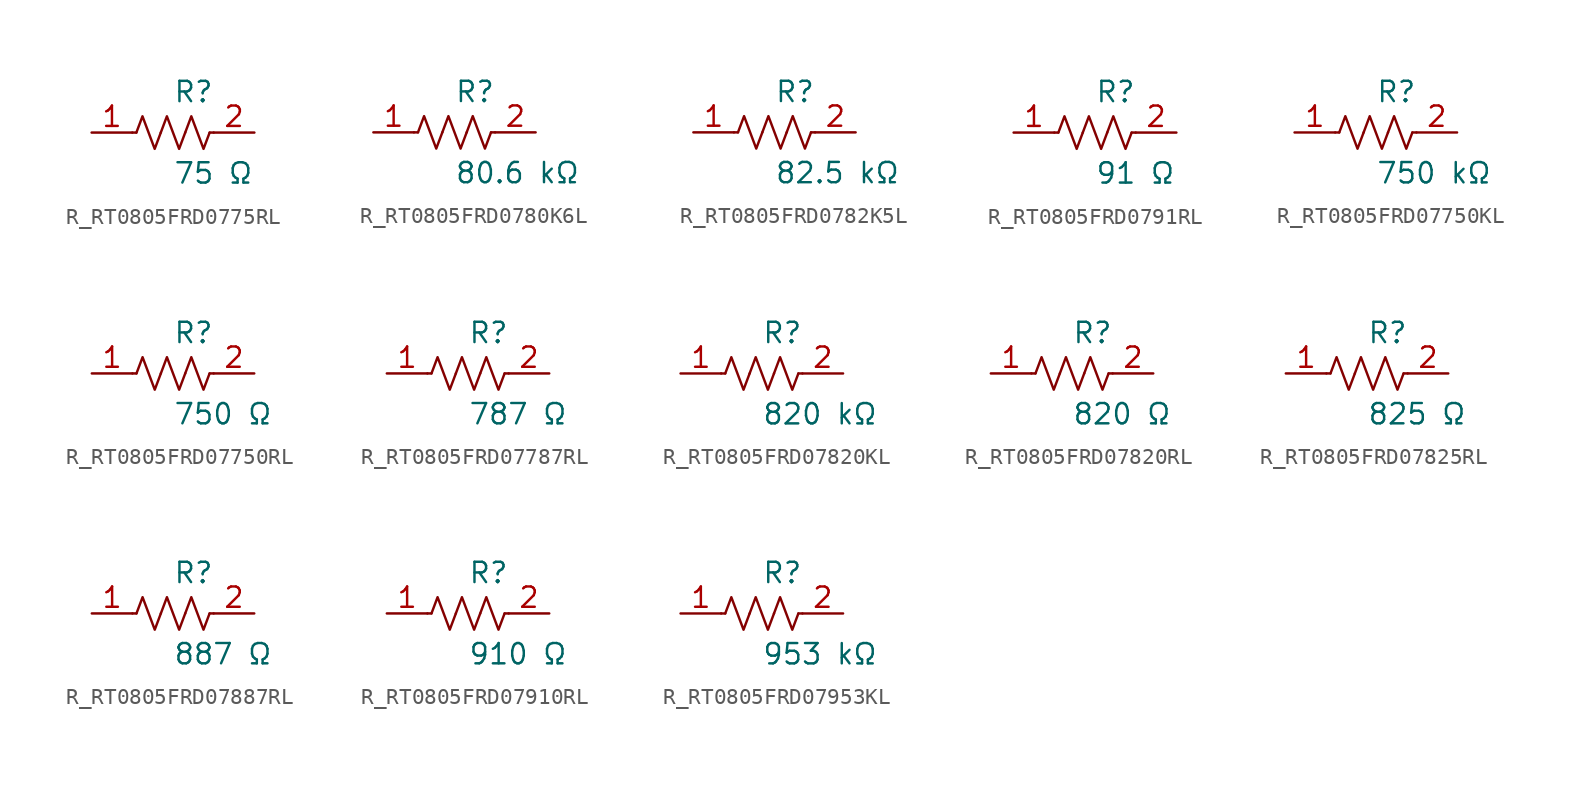
<source format=kicad_sym>
(kicad_symbol_lib
  (version 20231120)
  (generator kicad_symbol_editor)
  (generator_version 8.0)
  (symbol "R_RT0805FRD0775RL"
    (pin_names
      (offset 0.254))
    (property "Reference" "R"
      (at 0 2.54 0)
      (effects (font (size 1.27 1.27)) (justify left)))
    (property "Value" "75 Ω"
      (at 0 -2.54 0)
      (effects (font (size 1.27 1.27)) (justify left)))
    (symbol "R_RT0805FRD0775RL_0_1"
      (polyline (pts (xy 2.286 0) (xy 2.54 0)) (stroke (width 0) (type default)) (fill (type none)))
      (polyline (pts (xy -2.286 0) (xy -2.54 0)) (stroke (width 0) (type default)) (fill (type none)))
      (polyline (pts (xy 0.762 0) (xy 1.143 1.016) (xy 1.524 0) (xy 1.905 -1.016) (xy 2.286 0)) (stroke (width 0) (type default)) (fill (type none)))
      (polyline (pts (xy -0.762 0) (xy -0.381 1.016) (xy 0 0) (xy 0.381 -1.016) (xy 0.762 0)) (stroke (width 0) (type default)) (fill (type none)))
      (polyline (pts (xy -2.286 0) (xy -1.905 1.016) (xy -1.524 0) (xy -1.143 -1.016) (xy -0.762 0)) (stroke (width 0) (type default)) (fill (type none))))
    (pin unspecified line
      (at -5.08 0 0)
      (length 2.54)
      (name "" (effects (font (size 1.27 1.27))))
      (number "1" (effects (font (size 1.27 1.27)))))
    (pin unspecified line
      (at 5.08 0 180)
      (length 2.54)
      (name "" (effects (font (size 1.27 1.27))))
      (number "2" (effects (font (size 1.27 1.27))))))
  (symbol "R_RT0805FRD0780K6L"
    (pin_names
      (offset 0.254))
    (property "Reference" "R"
      (at 0 2.54 0)
      (effects (font (size 1.27 1.27)) (justify left)))
    (property "Value" "80.6 kΩ"
      (at 0 -2.54 0)
      (effects (font (size 1.27 1.27)) (justify left)))
    (symbol "R_RT0805FRD0780K6L_0_1"
      (polyline (pts (xy 2.286 0) (xy 2.54 0)) (stroke (width 0) (type default)) (fill (type none)))
      (polyline (pts (xy -2.286 0) (xy -2.54 0)) (stroke (width 0) (type default)) (fill (type none)))
      (polyline (pts (xy 0.762 0) (xy 1.143 1.016) (xy 1.524 0) (xy 1.905 -1.016) (xy 2.286 0)) (stroke (width 0) (type default)) (fill (type none)))
      (polyline (pts (xy -0.762 0) (xy -0.381 1.016) (xy 0 0) (xy 0.381 -1.016) (xy 0.762 0)) (stroke (width 0) (type default)) (fill (type none)))
      (polyline (pts (xy -2.286 0) (xy -1.905 1.016) (xy -1.524 0) (xy -1.143 -1.016) (xy -0.762 0)) (stroke (width 0) (type default)) (fill (type none))))
    (pin unspecified line
      (at -5.08 0 0)
      (length 2.54)
      (name "" (effects (font (size 1.27 1.27))))
      (number "1" (effects (font (size 1.27 1.27)))))
    (pin unspecified line
      (at 5.08 0 180)
      (length 2.54)
      (name "" (effects (font (size 1.27 1.27))))
      (number "2" (effects (font (size 1.27 1.27))))))
  (symbol "R_RT0805FRD0782K5L"
    (pin_names
      (offset 0.254))
    (property "Reference" "R"
      (at 0 2.54 0)
      (effects (font (size 1.27 1.27)) (justify left)))
    (property "Value" "82.5 kΩ"
      (at 0 -2.54 0)
      (effects (font (size 1.27 1.27)) (justify left)))
    (symbol "R_RT0805FRD0782K5L_0_1"
      (polyline (pts (xy 2.286 0) (xy 2.54 0)) (stroke (width 0) (type default)) (fill (type none)))
      (polyline (pts (xy -2.286 0) (xy -2.54 0)) (stroke (width 0) (type default)) (fill (type none)))
      (polyline (pts (xy 0.762 0) (xy 1.143 1.016) (xy 1.524 0) (xy 1.905 -1.016) (xy 2.286 0)) (stroke (width 0) (type default)) (fill (type none)))
      (polyline (pts (xy -0.762 0) (xy -0.381 1.016) (xy 0 0) (xy 0.381 -1.016) (xy 0.762 0)) (stroke (width 0) (type default)) (fill (type none)))
      (polyline (pts (xy -2.286 0) (xy -1.905 1.016) (xy -1.524 0) (xy -1.143 -1.016) (xy -0.762 0)) (stroke (width 0) (type default)) (fill (type none))))
    (pin unspecified line
      (at -5.08 0 0)
      (length 2.54)
      (name "" (effects (font (size 1.27 1.27))))
      (number "1" (effects (font (size 1.27 1.27)))))
    (pin unspecified line
      (at 5.08 0 180)
      (length 2.54)
      (name "" (effects (font (size 1.27 1.27))))
      (number "2" (effects (font (size 1.27 1.27))))))
  (symbol "R_RT0805FRD0791RL"
    (pin_names
      (offset 0.254))
    (property "Reference" "R"
      (at 0 2.54 0)
      (effects (font (size 1.27 1.27)) (justify left)))
    (property "Value" "91 Ω"
      (at 0 -2.54 0)
      (effects (font (size 1.27 1.27)) (justify left)))
    (symbol "R_RT0805FRD0791RL_0_1"
      (polyline (pts (xy 2.286 0) (xy 2.54 0)) (stroke (width 0) (type default)) (fill (type none)))
      (polyline (pts (xy -2.286 0) (xy -2.54 0)) (stroke (width 0) (type default)) (fill (type none)))
      (polyline (pts (xy 0.762 0) (xy 1.143 1.016) (xy 1.524 0) (xy 1.905 -1.016) (xy 2.286 0)) (stroke (width 0) (type default)) (fill (type none)))
      (polyline (pts (xy -0.762 0) (xy -0.381 1.016) (xy 0 0) (xy 0.381 -1.016) (xy 0.762 0)) (stroke (width 0) (type default)) (fill (type none)))
      (polyline (pts (xy -2.286 0) (xy -1.905 1.016) (xy -1.524 0) (xy -1.143 -1.016) (xy -0.762 0)) (stroke (width 0) (type default)) (fill (type none))))
    (pin unspecified line
      (at -5.08 0 0)
      (length 2.54)
      (name "" (effects (font (size 1.27 1.27))))
      (number "1" (effects (font (size 1.27 1.27)))))
    (pin unspecified line
      (at 5.08 0 180)
      (length 2.54)
      (name "" (effects (font (size 1.27 1.27))))
      (number "2" (effects (font (size 1.27 1.27))))))
  (symbol "R_RT0805FRD07750KL"
    (pin_names
      (offset 0.254))
    (property "Reference" "R"
      (at 0 2.54 0)
      (effects (font (size 1.27 1.27)) (justify left)))
    (property "Value" "750 kΩ"
      (at 0 -2.54 0)
      (effects (font (size 1.27 1.27)) (justify left)))
    (symbol "R_RT0805FRD07750KL_0_1"
      (polyline (pts (xy 2.286 0) (xy 2.54 0)) (stroke (width 0) (type default)) (fill (type none)))
      (polyline (pts (xy -2.286 0) (xy -2.54 0)) (stroke (width 0) (type default)) (fill (type none)))
      (polyline (pts (xy 0.762 0) (xy 1.143 1.016) (xy 1.524 0) (xy 1.905 -1.016) (xy 2.286 0)) (stroke (width 0) (type default)) (fill (type none)))
      (polyline (pts (xy -0.762 0) (xy -0.381 1.016) (xy 0 0) (xy 0.381 -1.016) (xy 0.762 0)) (stroke (width 0) (type default)) (fill (type none)))
      (polyline (pts (xy -2.286 0) (xy -1.905 1.016) (xy -1.524 0) (xy -1.143 -1.016) (xy -0.762 0)) (stroke (width 0) (type default)) (fill (type none))))
    (pin unspecified line
      (at -5.08 0 0)
      (length 2.54)
      (name "" (effects (font (size 1.27 1.27))))
      (number "1" (effects (font (size 1.27 1.27)))))
    (pin unspecified line
      (at 5.08 0 180)
      (length 2.54)
      (name "" (effects (font (size 1.27 1.27))))
      (number "2" (effects (font (size 1.27 1.27))))))
  (symbol "R_RT0805FRD07750RL"
    (pin_names
      (offset 0.254))
    (property "Reference" "R"
      (at 0 2.54 0)
      (effects (font (size 1.27 1.27)) (justify left)))
    (property "Value" "750 Ω"
      (at 0 -2.54 0)
      (effects (font (size 1.27 1.27)) (justify left)))
    (symbol "R_RT0805FRD07750RL_0_1"
      (polyline (pts (xy 2.286 0) (xy 2.54 0)) (stroke (width 0) (type default)) (fill (type none)))
      (polyline (pts (xy -2.286 0) (xy -2.54 0)) (stroke (width 0) (type default)) (fill (type none)))
      (polyline (pts (xy 0.762 0) (xy 1.143 1.016) (xy 1.524 0) (xy 1.905 -1.016) (xy 2.286 0)) (stroke (width 0) (type default)) (fill (type none)))
      (polyline (pts (xy -0.762 0) (xy -0.381 1.016) (xy 0 0) (xy 0.381 -1.016) (xy 0.762 0)) (stroke (width 0) (type default)) (fill (type none)))
      (polyline (pts (xy -2.286 0) (xy -1.905 1.016) (xy -1.524 0) (xy -1.143 -1.016) (xy -0.762 0)) (stroke (width 0) (type default)) (fill (type none))))
    (pin unspecified line
      (at -5.08 0 0)
      (length 2.54)
      (name "" (effects (font (size 1.27 1.27))))
      (number "1" (effects (font (size 1.27 1.27)))))
    (pin unspecified line
      (at 5.08 0 180)
      (length 2.54)
      (name "" (effects (font (size 1.27 1.27))))
      (number "2" (effects (font (size 1.27 1.27))))))
  (symbol "R_RT0805FRD07787RL"
    (pin_names
      (offset 0.254))
    (property "Reference" "R"
      (at 0 2.54 0)
      (effects (font (size 1.27 1.27)) (justify left)))
    (property "Value" "787 Ω"
      (at 0 -2.54 0)
      (effects (font (size 1.27 1.27)) (justify left)))
    (symbol "R_RT0805FRD07787RL_0_1"
      (polyline (pts (xy 2.286 0) (xy 2.54 0)) (stroke (width 0) (type default)) (fill (type none)))
      (polyline (pts (xy -2.286 0) (xy -2.54 0)) (stroke (width 0) (type default)) (fill (type none)))
      (polyline (pts (xy 0.762 0) (xy 1.143 1.016) (xy 1.524 0) (xy 1.905 -1.016) (xy 2.286 0)) (stroke (width 0) (type default)) (fill (type none)))
      (polyline (pts (xy -0.762 0) (xy -0.381 1.016) (xy 0 0) (xy 0.381 -1.016) (xy 0.762 0)) (stroke (width 0) (type default)) (fill (type none)))
      (polyline (pts (xy -2.286 0) (xy -1.905 1.016) (xy -1.524 0) (xy -1.143 -1.016) (xy -0.762 0)) (stroke (width 0) (type default)) (fill (type none))))
    (pin unspecified line
      (at -5.08 0 0)
      (length 2.54)
      (name "" (effects (font (size 1.27 1.27))))
      (number "1" (effects (font (size 1.27 1.27)))))
    (pin unspecified line
      (at 5.08 0 180)
      (length 2.54)
      (name "" (effects (font (size 1.27 1.27))))
      (number "2" (effects (font (size 1.27 1.27))))))
  (symbol "R_RT0805FRD07820KL"
    (pin_names
      (offset 0.254))
    (property "Reference" "R"
      (at 0 2.54 0)
      (effects (font (size 1.27 1.27)) (justify left)))
    (property "Value" "820 kΩ"
      (at 0 -2.54 0)
      (effects (font (size 1.27 1.27)) (justify left)))
    (symbol "R_RT0805FRD07820KL_0_1"
      (polyline (pts (xy 2.286 0) (xy 2.54 0)) (stroke (width 0) (type default)) (fill (type none)))
      (polyline (pts (xy -2.286 0) (xy -2.54 0)) (stroke (width 0) (type default)) (fill (type none)))
      (polyline (pts (xy 0.762 0) (xy 1.143 1.016) (xy 1.524 0) (xy 1.905 -1.016) (xy 2.286 0)) (stroke (width 0) (type default)) (fill (type none)))
      (polyline (pts (xy -0.762 0) (xy -0.381 1.016) (xy 0 0) (xy 0.381 -1.016) (xy 0.762 0)) (stroke (width 0) (type default)) (fill (type none)))
      (polyline (pts (xy -2.286 0) (xy -1.905 1.016) (xy -1.524 0) (xy -1.143 -1.016) (xy -0.762 0)) (stroke (width 0) (type default)) (fill (type none))))
    (pin unspecified line
      (at -5.08 0 0)
      (length 2.54)
      (name "" (effects (font (size 1.27 1.27))))
      (number "1" (effects (font (size 1.27 1.27)))))
    (pin unspecified line
      (at 5.08 0 180)
      (length 2.54)
      (name "" (effects (font (size 1.27 1.27))))
      (number "2" (effects (font (size 1.27 1.27))))))
  (symbol "R_RT0805FRD07820RL"
    (pin_names
      (offset 0.254))
    (property "Reference" "R"
      (at 0 2.54 0)
      (effects (font (size 1.27 1.27)) (justify left)))
    (property "Value" "820 Ω"
      (at 0 -2.54 0)
      (effects (font (size 1.27 1.27)) (justify left)))
    (symbol "R_RT0805FRD07820RL_0_1"
      (polyline (pts (xy 2.286 0) (xy 2.54 0)) (stroke (width 0) (type default)) (fill (type none)))
      (polyline (pts (xy -2.286 0) (xy -2.54 0)) (stroke (width 0) (type default)) (fill (type none)))
      (polyline (pts (xy 0.762 0) (xy 1.143 1.016) (xy 1.524 0) (xy 1.905 -1.016) (xy 2.286 0)) (stroke (width 0) (type default)) (fill (type none)))
      (polyline (pts (xy -0.762 0) (xy -0.381 1.016) (xy 0 0) (xy 0.381 -1.016) (xy 0.762 0)) (stroke (width 0) (type default)) (fill (type none)))
      (polyline (pts (xy -2.286 0) (xy -1.905 1.016) (xy -1.524 0) (xy -1.143 -1.016) (xy -0.762 0)) (stroke (width 0) (type default)) (fill (type none))))
    (pin unspecified line
      (at -5.08 0 0)
      (length 2.54)
      (name "" (effects (font (size 1.27 1.27))))
      (number "1" (effects (font (size 1.27 1.27)))))
    (pin unspecified line
      (at 5.08 0 180)
      (length 2.54)
      (name "" (effects (font (size 1.27 1.27))))
      (number "2" (effects (font (size 1.27 1.27))))))
  (symbol "R_RT0805FRD07825RL"
    (pin_names
      (offset 0.254))
    (property "Reference" "R"
      (at 0 2.54 0)
      (effects (font (size 1.27 1.27)) (justify left)))
    (property "Value" "825 Ω"
      (at 0 -2.54 0)
      (effects (font (size 1.27 1.27)) (justify left)))
    (symbol "R_RT0805FRD07825RL_0_1"
      (polyline (pts (xy 2.286 0) (xy 2.54 0)) (stroke (width 0) (type default)) (fill (type none)))
      (polyline (pts (xy -2.286 0) (xy -2.54 0)) (stroke (width 0) (type default)) (fill (type none)))
      (polyline (pts (xy 0.762 0) (xy 1.143 1.016) (xy 1.524 0) (xy 1.905 -1.016) (xy 2.286 0)) (stroke (width 0) (type default)) (fill (type none)))
      (polyline (pts (xy -0.762 0) (xy -0.381 1.016) (xy 0 0) (xy 0.381 -1.016) (xy 0.762 0)) (stroke (width 0) (type default)) (fill (type none)))
      (polyline (pts (xy -2.286 0) (xy -1.905 1.016) (xy -1.524 0) (xy -1.143 -1.016) (xy -0.762 0)) (stroke (width 0) (type default)) (fill (type none))))
    (pin unspecified line
      (at -5.08 0 0)
      (length 2.54)
      (name "" (effects (font (size 1.27 1.27))))
      (number "1" (effects (font (size 1.27 1.27)))))
    (pin unspecified line
      (at 5.08 0 180)
      (length 2.54)
      (name "" (effects (font (size 1.27 1.27))))
      (number "2" (effects (font (size 1.27 1.27))))))
  (symbol "R_RT0805FRD07887RL"
    (pin_names
      (offset 0.254))
    (property "Reference" "R"
      (at 0 2.54 0)
      (effects (font (size 1.27 1.27)) (justify left)))
    (property "Value" "887 Ω"
      (at 0 -2.54 0)
      (effects (font (size 1.27 1.27)) (justify left)))
    (symbol "R_RT0805FRD07887RL_0_1"
      (polyline (pts (xy 2.286 0) (xy 2.54 0)) (stroke (width 0) (type default)) (fill (type none)))
      (polyline (pts (xy -2.286 0) (xy -2.54 0)) (stroke (width 0) (type default)) (fill (type none)))
      (polyline (pts (xy 0.762 0) (xy 1.143 1.016) (xy 1.524 0) (xy 1.905 -1.016) (xy 2.286 0)) (stroke (width 0) (type default)) (fill (type none)))
      (polyline (pts (xy -0.762 0) (xy -0.381 1.016) (xy 0 0) (xy 0.381 -1.016) (xy 0.762 0)) (stroke (width 0) (type default)) (fill (type none)))
      (polyline (pts (xy -2.286 0) (xy -1.905 1.016) (xy -1.524 0) (xy -1.143 -1.016) (xy -0.762 0)) (stroke (width 0) (type default)) (fill (type none))))
    (pin unspecified line
      (at -5.08 0 0)
      (length 2.54)
      (name "" (effects (font (size 1.27 1.27))))
      (number "1" (effects (font (size 1.27 1.27)))))
    (pin unspecified line
      (at 5.08 0 180)
      (length 2.54)
      (name "" (effects (font (size 1.27 1.27))))
      (number "2" (effects (font (size 1.27 1.27))))))
  (symbol "R_RT0805FRD07910RL"
    (pin_names
      (offset 0.254))
    (property "Reference" "R"
      (at 0 2.54 0)
      (effects (font (size 1.27 1.27)) (justify left)))
    (property "Value" "910 Ω"
      (at 0 -2.54 0)
      (effects (font (size 1.27 1.27)) (justify left)))
    (symbol "R_RT0805FRD07910RL_0_1"
      (polyline (pts (xy 2.286 0) (xy 2.54 0)) (stroke (width 0) (type default)) (fill (type none)))
      (polyline (pts (xy -2.286 0) (xy -2.54 0)) (stroke (width 0) (type default)) (fill (type none)))
      (polyline (pts (xy 0.762 0) (xy 1.143 1.016) (xy 1.524 0) (xy 1.905 -1.016) (xy 2.286 0)) (stroke (width 0) (type default)) (fill (type none)))
      (polyline (pts (xy -0.762 0) (xy -0.381 1.016) (xy 0 0) (xy 0.381 -1.016) (xy 0.762 0)) (stroke (width 0) (type default)) (fill (type none)))
      (polyline (pts (xy -2.286 0) (xy -1.905 1.016) (xy -1.524 0) (xy -1.143 -1.016) (xy -0.762 0)) (stroke (width 0) (type default)) (fill (type none))))
    (pin unspecified line
      (at -5.08 0 0)
      (length 2.54)
      (name "" (effects (font (size 1.27 1.27))))
      (number "1" (effects (font (size 1.27 1.27)))))
    (pin unspecified line
      (at 5.08 0 180)
      (length 2.54)
      (name "" (effects (font (size 1.27 1.27))))
      (number "2" (effects (font (size 1.27 1.27))))))
  (symbol "R_RT0805FRD07953KL"
    (pin_names
      (offset 0.254))
    (property "Reference" "R"
      (at 0 2.54 0)
      (effects (font (size 1.27 1.27)) (justify left)))
    (property "Value" "953 kΩ"
      (at 0 -2.54 0)
      (effects (font (size 1.27 1.27)) (justify left)))
    (symbol "R_RT0805FRD07953KL_0_1"
      (polyline (pts (xy 2.286 0) (xy 2.54 0)) (stroke (width 0) (type default)) (fill (type none)))
      (polyline (pts (xy -2.286 0) (xy -2.54 0)) (stroke (width 0) (type default)) (fill (type none)))
      (polyline (pts (xy 0.762 0) (xy 1.143 1.016) (xy 1.524 0) (xy 1.905 -1.016) (xy 2.286 0)) (stroke (width 0) (type default)) (fill (type none)))
      (polyline (pts (xy -0.762 0) (xy -0.381 1.016) (xy 0 0) (xy 0.381 -1.016) (xy 0.762 0)) (stroke (width 0) (type default)) (fill (type none)))
      (polyline (pts (xy -2.286 0) (xy -1.905 1.016) (xy -1.524 0) (xy -1.143 -1.016) (xy -0.762 0)) (stroke (width 0) (type default)) (fill (type none))))
    (pin unspecified line
      (at -5.08 0 0)
      (length 2.54)
      (name "" (effects (font (size 1.27 1.27))))
      (number "1" (effects (font (size 1.27 1.27)))))
    (pin unspecified line
      (at 5.08 0 180)
      (length 2.54)
      (name "" (effects (font (size 1.27 1.27))))
      (number "2" (effects (font (size 1.27 1.27)))))))
</source>
